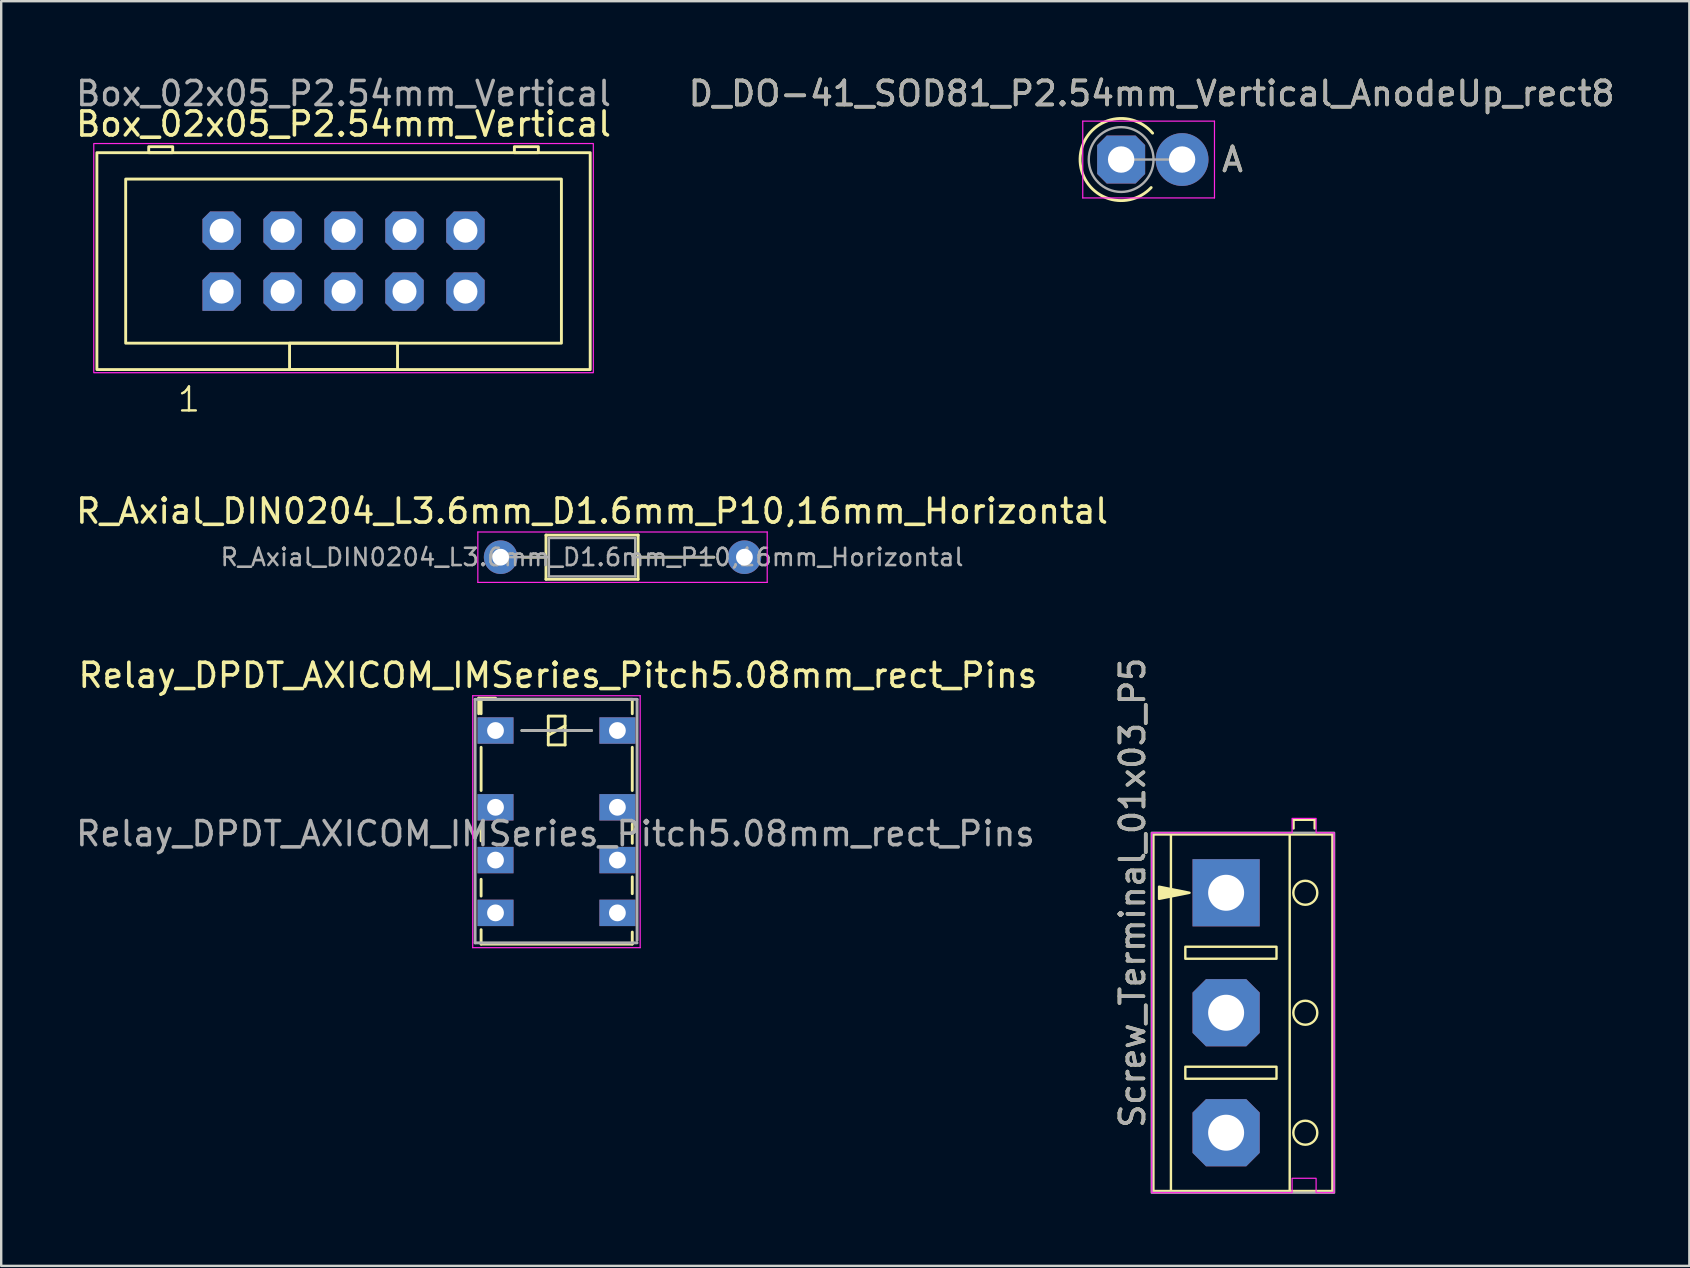
<source format=kicad_pcb>
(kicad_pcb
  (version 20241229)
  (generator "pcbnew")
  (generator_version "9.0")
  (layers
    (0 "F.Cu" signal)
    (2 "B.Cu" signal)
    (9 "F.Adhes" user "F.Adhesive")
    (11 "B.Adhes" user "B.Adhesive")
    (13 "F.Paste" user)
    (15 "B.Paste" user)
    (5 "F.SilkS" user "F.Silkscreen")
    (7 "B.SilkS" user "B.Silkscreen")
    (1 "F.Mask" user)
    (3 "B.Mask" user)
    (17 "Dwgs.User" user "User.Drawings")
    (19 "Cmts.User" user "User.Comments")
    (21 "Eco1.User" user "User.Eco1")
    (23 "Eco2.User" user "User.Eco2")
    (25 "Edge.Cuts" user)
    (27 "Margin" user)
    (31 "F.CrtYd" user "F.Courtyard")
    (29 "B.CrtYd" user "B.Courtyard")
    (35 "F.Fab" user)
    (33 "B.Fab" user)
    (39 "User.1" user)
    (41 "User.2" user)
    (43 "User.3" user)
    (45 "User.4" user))
  (footprint "R_Axial_DIN0204_L3.6mm_D1.6mm_P10,16mm_Horizontal"
    (layer "F.Cu")
    (at 17.815 20.172)
    (property "Reference" "R_Axial_DIN0204_L3.6mm_D1.6mm_P10,16mm_Horizontal" (at 3.81 -1.92 0) (layer "F.SilkS") (effects (font (size 1 1) (thickness 0.15))))
    (attr through_hole)
    (fp_line (start 0.94 0) (end 1.89 0) (stroke (width 0.12) (type solid)) (layer "F.SilkS"))
    (fp_line (start 1.89 -0.92) (end 1.89 0.92) (stroke (width 0.12) (type solid)) (layer "F.SilkS"))
    (fp_line (start 1.89 0.92) (end 5.73 0.92) (stroke (width 0.12) (type solid)) (layer "F.SilkS"))
    (fp_line (start 5.73 -0.92) (end 1.89 -0.92) (stroke (width 0.12) (type solid)) (layer "F.SilkS"))
    (fp_line (start 5.73 0.92) (end 5.73 -0.92) (stroke (width 0.12) (type solid)) (layer "F.SilkS"))
    (fp_line (start 8.89 0) (end 5.73 0) (stroke (width 0.12) (type solid)) (layer "F.SilkS"))
    (fp_line (start -0.95 -1.05) (end -0.95 1.05) (stroke (width 0.05) (type solid)) (layer "F.CrtYd"))
    (fp_line (start -0.95 1.05) (end 11.11 1.05) (stroke (width 0.05) (type solid)) (layer "F.CrtYd"))
    (fp_line (start 11.11 -1.05) (end -0.95 -1.05) (stroke (width 0.05) (type solid)) (layer "F.CrtYd"))
    (fp_line (start 11.11 1.05) (end 11.11 -1.05) (stroke (width 0.05) (type solid)) (layer "F.CrtYd"))
    (fp_line (start 0 0) (end 2.01 0) (stroke (width 0.1) (type solid)) (layer "F.Fab"))
    (fp_line (start 2.01 -0.8) (end 2.01 0.8) (stroke (width 0.1) (type solid)) (layer "F.Fab"))
    (fp_line (start 2.01 0.8) (end 5.61 0.8) (stroke (width 0.1) (type solid)) (layer "F.Fab"))
    (fp_line (start 5.61 -0.8) (end 2.01 -0.8) (stroke (width 0.1) (type solid)) (layer "F.Fab"))
    (fp_line (start 5.61 0.8) (end 5.61 -0.8) (stroke (width 0.1) (type solid)) (layer "F.Fab"))
    (fp_line (start 8.89 0) (end 5.61 0) (stroke (width 0.1) (type solid)) (layer "F.Fab"))
    (fp_text user "${REFERENCE}" (at 3.81 0 0) (layer "F.Fab") (effects (font (size 0.72 0.72) (thickness 0.108))))
    (pad "1" thru_hole circle (at 0 0) (size 1.4 1.4) (drill 0.7) (layers "*.Cu" "*.Mask"))
    (pad "2" thru_hole oval (at 10.16 0) (size 1.4 1.4) (drill 0.7) (layers "*.Cu" "*.Mask")))
  (footprint "Screw_Terminal_01x03_P5"
    (layer "F.Cu")
    (at 48.051 34.158)
    (property "Reference" "Screw_Terminal_01x03_P5" (at -3.9 0 90) (layer "F.SilkS") (effects (font (size 1 1) (thickness 0.15))))
    (attr through_hole)
    (fp_line (start -2.3 -2.44) (end -2.3 12.44) (stroke (width 0.1) (type default)) (layer "F.SilkS"))
    (fp_line (start 2.65 -2.44) (end 2.65 12.44) (stroke (width 0.1) (type default)) (layer "F.SilkS"))
    (fp_line (start 2.81 -3.04) (end 2.81 -2.68) (stroke (width 0.1) (type default)) (layer "F.SilkS"))
    (fp_line (start 2.81 -3.04) (end 3.69 -3.04) (stroke (width 0.1) (type default)) (layer "F.SilkS"))
    (fp_line (start 3.69 -3.04) (end 3.69 -2.68) (stroke (width 0.1) (type default)) (layer "F.SilkS"))
    (fp_rect (start -3.04 -2.44) (end 4.44 12.44) (stroke (width 0.12) (type default)) (fill no) (layer "F.SilkS"))
    (fp_rect (start -1.7 2.25) (end 2.1 2.75) (stroke (width 0.1) (type default)) (fill no) (layer "F.SilkS"))
    (fp_rect (start -1.7 7.25) (end 2.1 7.75) (stroke (width 0.1) (type default)) (fill no) (layer "F.SilkS"))
    (fp_circle (center 3.3 0) (end 3.8 0) (stroke (width 0.1) (type default)) (fill no) (layer "F.SilkS"))
    (fp_circle (center 3.3 5) (end 3.8 5) (stroke (width 0.1) (type default)) (fill no) (layer "F.SilkS"))
    (fp_circle (center 3.3 10) (end 3.8 10) (stroke (width 0.1) (type default)) (fill no) (layer "F.SilkS"))
    (fp_poly (pts (xy -2.794 -0.254) (xy -1.524 0) (xy -2.794 0.254)) (stroke (width 0.1) (type solid)) (fill yes) (layer "F.SilkS"))
    (fp_poly (pts (xy -3.1 12.5) (xy -3.1 -2.5) (xy 2.75 -2.5) (xy 2.75 -3.1) (xy 3.75 -3.1) (xy 3.75 -2.5) (xy 4.5 -2.5) (xy 4.5 12.5) (xy 3.75 12.5) (xy 3.75 11.9) (xy 2.75 11.9) (xy 2.75 12.5)) (stroke (width 0.05) (type solid)) (fill no) (layer "F.CrtYd"))
    (fp_rect (start -3.1 -2.5) (end 4.5 12.5) (stroke (width 0.1) (type default)) (fill no) (layer "F.Fab"))
    (fp_text user "${REFERENCE}" (at -3.9 0 90) (layer "F.Fab") (effects (font (size 1 1) (thickness 0.15))))
    (pad "1" thru_hole rect (at 0 0) (size 2.8 2.8) (drill 1.5) (layers "*.Cu" "*.Mask"))
    (pad "2" thru_hole roundrect (at 0 5) (size 2.8 2.8) (drill 1.5) (layers "*.Cu" "*.Mask") (roundrect_rratio 0) (chamfer_ratio 0.2) (chamfer top_left top_right bottom_left bottom_right))
    (pad "3" thru_hole roundrect (at 0 10) (size 2.8 2.8) (drill 1.5) (layers "*.Cu" "*.Mask") (roundrect_rratio 0) (chamfer_ratio 0.2) (chamfer top_left top_right bottom_left bottom_right)))
  (footprint "Relay_DPDT_AXICOM_IMSeries_Pitch5.08mm_rect_Pins"
    (layer "F.Cu")
    (at 17.601 27.396)
    (property "Reference" "Relay_DPDT_AXICOM_IMSeries_Pitch5.08mm_rect_Pins" (at 2.6 -2.3 0) (layer "F.SilkS") (effects (font (size 1 1) (thickness 0.15))))
    (attr through_hole)
    (fp_line (start -0.7 -1.35) (end 0 -1.35) (stroke (width 0.12) (type solid)) (layer "F.SilkS"))
    (fp_line (start -0.7 -0.7) (end -0.7 -1.35) (stroke (width 0.12) (type solid)) (layer "F.SilkS"))
    (fp_line (start -0.6 -1.3) (end 5.7 -1.3) (stroke (width 0.12) (type solid)) (layer "F.SilkS"))
    (fp_line (start -0.6 -0.7) (end -0.6 -1.3) (stroke (width 0.12) (type solid)) (layer "F.SilkS"))
    (fp_line (start -0.6 2.5) (end -0.6 0.7) (stroke (width 0.12) (type solid)) (layer "F.SilkS"))
    (fp_line (start -0.6 4.6) (end -0.6 4) (stroke (width 0.12) (type solid)) (layer "F.SilkS"))
    (fp_line (start -0.6 6.9) (end -0.6 6.2) (stroke (width 0.12) (type solid)) (layer "F.SilkS"))
    (fp_line (start -0.6 8.3) (end -0.6 8.9) (stroke (width 0.12) (type solid)) (layer "F.SilkS"))
    (fp_line (start 2.2 -0.6) (end 2.2 0.6) (stroke (width 0.12) (type solid)) (layer "F.SilkS"))
    (fp_line (start 2.2 0) (end 1.1 0) (stroke (width 0.12) (type solid)) (layer "F.SilkS"))
    (fp_line (start 2.2 0.2) (end 2.9 -0.2) (stroke (width 0.12) (type solid)) (layer "F.SilkS"))
    (fp_line (start 2.2 0.6) (end 2.9 0.6) (stroke (width 0.12) (type solid)) (layer "F.SilkS"))
    (fp_line (start 2.9 -0.6) (end 2.2 -0.6) (stroke (width 0.12) (type solid)) (layer "F.SilkS"))
    (fp_line (start 2.9 0) (end 4 0) (stroke (width 0.12) (type solid)) (layer "F.SilkS"))
    (fp_line (start 2.9 0.6) (end 2.9 -0.6) (stroke (width 0.12) (type solid)) (layer "F.SilkS"))
    (fp_line (start 5.7 -1.3) (end 5.7 -0.7) (stroke (width 0.12) (type solid)) (layer "F.SilkS"))
    (fp_line (start 5.7 0.7) (end 5.7 2.5) (stroke (width 0.12) (type solid)) (layer "F.SilkS"))
    (fp_line (start 5.7 3.9) (end 5.7 4.7) (stroke (width 0.12) (type solid)) (layer "F.SilkS"))
    (fp_line (start 5.7 6.1) (end 5.7 6.8) (stroke (width 0.12) (type solid)) (layer "F.SilkS"))
    (fp_line (start 5.7 8.4) (end 5.7 8.9) (stroke (width 0.12) (type solid)) (layer "F.SilkS"))
    (fp_line (start 5.7 8.9) (end -0.6 8.9) (stroke (width 0.12) (type solid)) (layer "F.SilkS"))
    (fp_line (start -0.95 -1.45) (end -0.95 9.05) (stroke (width 0.05) (type solid)) (layer "F.CrtYd"))
    (fp_line (start -0.95 -1.45) (end 6.03 -1.45) (stroke (width 0.05) (type solid)) (layer "F.CrtYd"))
    (fp_line (start 6.03 9.05) (end -0.95 9.05) (stroke (width 0.05) (type solid)) (layer "F.CrtYd"))
    (fp_line (start 6.03 9.05) (end 6.03 -1.45) (stroke (width 0.05) (type solid)) (layer "F.CrtYd"))
    (fp_line (start -0.85 -1.3) (end -0.85 8.85) (stroke (width 0.12) (type solid)) (layer "F.Fab"))
    (fp_line (start -0.85 8.85) (end 5.9 8.85) (stroke (width 0.12) (type solid)) (layer "F.Fab"))
    (fp_line (start 1.1 0) (end 4 0) (stroke (width 0.12) (type solid)) (layer "F.Fab"))
    (fp_line (start 5.9 -1.3) (end -0.85 -1.3) (stroke (width 0.12) (type solid)) (layer "F.Fab"))
    (fp_line (start 5.9 8.75) (end 5.9 -1.3) (stroke (width 0.12) (type solid)) (layer "F.Fab"))
    (fp_text user "${REFERENCE}" (at 2.5 4.3 0) (layer "F.Fab") (effects (font (size 1 1) (thickness 0.15))))
    (pad "1" thru_hole rect (at 0 0) (size 1.5 1.1) (drill 0.7) (layers "*.Cu" "*.Mask"))
    (pad "2" thru_hole rect (at 0 3.2) (size 1.5 1.1) (drill 0.7) (layers "*.Cu" "*.Mask"))
    (pad "3" thru_hole rect (at 0 5.4) (size 1.5 1.1) (drill 0.7) (layers "*.Cu" "*.Mask"))
    (pad "4" thru_hole rect (at 0 7.6) (size 1.5 1.1) (drill 0.7) (layers "*.Cu" "*.Mask"))
    (pad "5" thru_hole rect (at 5.08 7.6) (size 1.5 1.1) (drill 0.7) (layers "*.Cu" "*.Mask"))
    (pad "6" thru_hole rect (at 5.08 5.4) (size 1.5 1.1) (drill 0.7) (layers "*.Cu" "*.Mask"))
    (pad "7" thru_hole rect (at 5.08 3.2) (size 1.5 1.1) (drill 0.7) (layers "*.Cu" "*.Mask"))
    (pad "8" thru_hole rect (at 5.08 0) (size 1.5 1.1) (drill 0.7) (layers "*.Cu" "*.Mask")))
  (footprint "Box_02x05_P2.54mm_Vertical"
    (layer "F.Cu")
    (at 6.188 9.103)
    (property "Reference" "Box_02x05_P2.54mm_Vertical" (at 5.08 -6.985 0) (layer "F.SilkS") (effects (font (size 1 1) (thickness 0.15))))
    (attr through_hole)
    (fp_rect (start -5.2 3.25) (end 15.36 -5.79) (stroke (width 0.12) (type default)) (fill no) (layer "F.SilkS"))
    (fp_rect (start -4 2.15) (end 14.16 -4.69) (stroke (width 0.12) (type default)) (fill no) (layer "F.SilkS"))
    (fp_rect (start -3.04 -5.79) (end -2.04 -6.04) (stroke (width 0.12) (type default)) (fill no) (layer "F.SilkS"))
    (fp_rect (start 2.83 3.25) (end 7.33 2.15) (stroke (width 0.12) (type default)) (fill no) (layer "F.SilkS"))
    (fp_rect (start 12.2 -5.79) (end 13.2 -6.04) (stroke (width 0.12) (type default)) (fill no) (layer "F.SilkS"))
    (fp_rect (start -5.33 3.38) (end 15.49 -6.17) (stroke (width 0.05) (type default)) (fill no) (layer "F.CrtYd"))
    (fp_text user "1" (at -1.905 5.08 0) (unlocked yes) (layer "F.SilkS") (effects (font (size 1 1) (thickness 0.1)) (justify left bottom)))
    (fp_text user "${REFERENCE}" (at 5.08 -8.255 180) (layer "F.Fab") (effects (font (size 1 1) (thickness 0.15))))
    (pad "1" thru_hole roundrect (at 0 0) (size 1.6 1.6) (drill 1) (layers "*.Cu" "*.Mask") (roundrect_rratio 0) (chamfer_ratio 0.2) (chamfer top_left top_right bottom_right))
    (pad "2" thru_hole roundrect (at 0 -2.54) (size 1.6 1.6) (drill 1) (layers "*.Cu" "*.Mask") (roundrect_rratio 0) (chamfer_ratio 0.2) (chamfer top_left top_right bottom_left bottom_right))
    (pad "3" thru_hole roundrect (at 2.54 0) (size 1.6 1.6) (drill 1) (layers "*.Cu" "*.Mask") (roundrect_rratio 0) (chamfer_ratio 0.2) (chamfer top_left top_right bottom_left bottom_right))
    (pad "4" thru_hole roundrect (at 2.54 -2.54) (size 1.6 1.6) (drill 1) (layers "*.Cu" "*.Mask") (roundrect_rratio 0) (chamfer_ratio 0.2) (chamfer top_left top_right bottom_left bottom_right))
    (pad "5" thru_hole roundrect (at 5.08 0) (size 1.6 1.6) (drill 1) (layers "*.Cu" "*.Mask") (roundrect_rratio 0) (chamfer_ratio 0.2) (chamfer top_left top_right bottom_left bottom_right))
    (pad "6" thru_hole roundrect (at 5.08 -2.54) (size 1.6 1.6) (drill 1) (layers "*.Cu" "*.Mask") (roundrect_rratio 0) (chamfer_ratio 0.2) (chamfer top_left top_right bottom_left bottom_right))
    (pad "7" thru_hole roundrect (at 7.62 0) (size 1.6 1.6) (drill 1) (layers "*.Cu" "*.Mask") (roundrect_rratio 0) (chamfer_ratio 0.2) (chamfer top_left top_right bottom_left bottom_right))
    (pad "8" thru_hole roundrect (at 7.62 -2.54) (size 1.6 1.6) (drill 1) (layers "*.Cu" "*.Mask") (roundrect_rratio 0) (chamfer_ratio 0.2) (chamfer top_left top_right bottom_left bottom_right))
    (pad "9" thru_hole roundrect (at 10.16 0) (size 1.6 1.6) (drill 1) (layers "*.Cu" "*.Mask") (roundrect_rratio 0) (chamfer_ratio 0.2) (chamfer top_left top_right bottom_left bottom_right))
    (pad "10" thru_hole roundrect (at 10.16 -2.54) (size 1.6 1.6) (drill 1) (layers "*.Cu" "*.Mask") (roundrect_rratio 0) (chamfer_ratio 0.2) (chamfer top_left top_right bottom_left bottom_right)))
  (footprint "D_DO-41_SOD81_P2.54mm_Vertical_AnodeUp_rect8"
    (layer "F.Cu")
    (at 43.676 3.599)
    (property "Reference" "D_DO-41_SOD81_P2.54mm_Vertical_AnodeUp_rect8" (at 1.27 -2.751 0) (layer "F.SilkS") (effects (font (size 1 1) (thickness 0.15))))
    (attr through_hole)
    (fp_arc (start 1.251551 1.167366) (mid -1.710877 -0.044974) (end 1.311153 -1.1) (stroke (width 0.12) (type solid)) (layer "F.SilkS"))
    (fp_line (start -1.6 -1.6) (end -1.6 1.6) (stroke (width 0.05) (type solid)) (layer "F.CrtYd"))
    (fp_line (start -1.6 1.6) (end 3.89 1.6) (stroke (width 0.05) (type solid)) (layer "F.CrtYd"))
    (fp_line (start 3.89 -1.6) (end -1.6 -1.6) (stroke (width 0.05) (type solid)) (layer "F.CrtYd"))
    (fp_line (start 3.89 1.6) (end 3.89 -1.6) (stroke (width 0.05) (type solid)) (layer "F.CrtYd"))
    (fp_line (start 0 0) (end 2.54 0) (stroke (width 0.1) (type solid)) (layer "F.Fab"))
    (fp_circle (center 0 0) (end 1.35 0) (stroke (width 0.1) (type solid)) (fill no) (layer "F.Fab"))
    (fp_text user "A" (at 4.64 0 0) (layer "F.SilkS") (effects (font (size 1 1) (thickness 0.15))))
    (fp_text user "${REFERENCE}" (at 1.27 -2.751 0) (layer "F.Fab") (effects (font (size 1 1) (thickness 0.15))))
    (fp_text user "A" (at 4.64 0 0) (layer "F.Fab") (effects (font (size 1 1) (thickness 0.15))))
    (pad "1" thru_hole roundrect (at 0 0) (size 2 2) (drill 1.1) (layers "*.Cu" "*.Mask") (roundrect_rratio 0) (chamfer_ratio 0.2) (chamfer top_left top_right bottom_left bottom_right))
    (pad "2" thru_hole oval (at 2.54 0) (size 2.2 2.2) (drill 1.1) (layers "*.Cu" "*.Mask")))
  (gr_rect
    (start -3 -3)
    (end 67.357 49.708)
    (stroke (width 0.1) (type default))
    (fill no)
    (layer "Edge.Cuts")))
</source>
